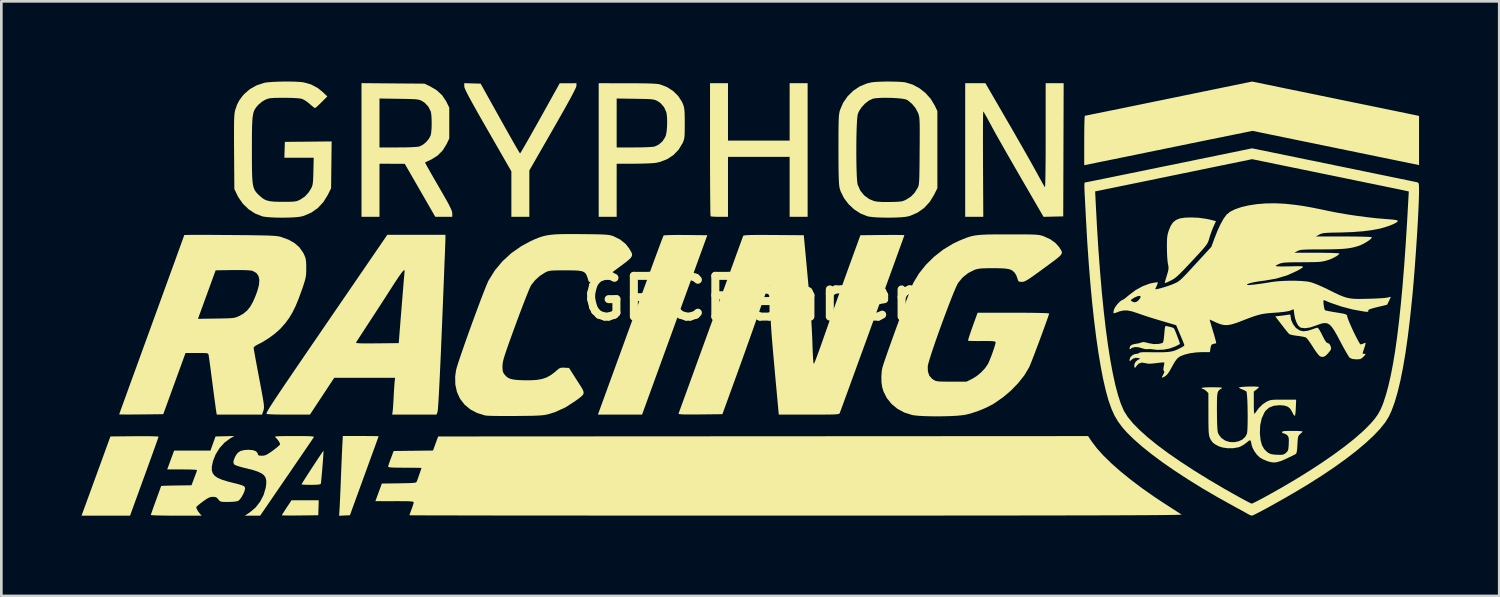
<source format=kicad_pcb>
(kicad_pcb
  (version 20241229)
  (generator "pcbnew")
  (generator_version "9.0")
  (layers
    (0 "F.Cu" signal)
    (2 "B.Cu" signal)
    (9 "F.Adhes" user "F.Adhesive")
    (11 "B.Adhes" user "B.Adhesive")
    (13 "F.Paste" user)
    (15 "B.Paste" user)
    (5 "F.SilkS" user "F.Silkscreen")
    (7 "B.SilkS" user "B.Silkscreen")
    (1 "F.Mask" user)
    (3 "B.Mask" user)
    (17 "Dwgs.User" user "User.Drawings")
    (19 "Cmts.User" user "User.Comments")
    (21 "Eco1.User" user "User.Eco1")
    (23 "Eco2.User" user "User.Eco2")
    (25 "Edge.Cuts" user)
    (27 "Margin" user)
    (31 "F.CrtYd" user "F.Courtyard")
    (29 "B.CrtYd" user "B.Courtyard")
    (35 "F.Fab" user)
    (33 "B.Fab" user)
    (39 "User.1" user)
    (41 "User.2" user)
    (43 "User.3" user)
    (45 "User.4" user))
  (footprint "GRCBanner"
    (layer "F.Cu")
    (at 25.014 8.103)
    (property "Reference" "GRCBanner" (at 0 0 0) (layer "F.SilkS") (effects (font (size 1.524 1.524) (thickness 0.3))))
    (attr board_only exclude_from_pos_files exclude_from_bom)
    (fp_poly (pts (xy -16.15 7.839) (xy -16.159 8.12) (xy -16.84 8.128) (xy -17.041 8.13) (xy -17.218 8.13) (xy -17.363 8.129) (xy -17.465 8.126) (xy -17.517 8.122) (xy -17.521 8.12) (xy -17.504 8.088) (xy -17.459 8.015) (xy -17.393 7.913) (xy -17.34 7.831) (xy -17.159 7.559) (xy -16.141 7.559)) (stroke (width 0) (type solid)) (fill yes) (layer "F.SilkS"))
    (fp_poly (pts (xy -0.833 -5.894) (xy 1.473 -5.894) (xy 1.473 -8.04) (xy 2.146 -8.04) (xy 2.146 -3.043) (xy 1.473 -3.043) (xy 1.473 -5.285) (xy -0.833 -5.285) (xy -0.833 -3.043) (xy -1.148 -3.043) (xy -1.284 -3.045) (xy -1.395 -3.05) (xy -1.466 -3.058) (xy -1.484 -3.064) (xy -1.487 -3.099) (xy -1.491 -3.193) (xy -1.494 -3.341) (xy -1.496 -3.538) (xy -1.499 -3.779) (xy -1.501 -4.06) (xy -1.503 -4.376) (xy -1.504 -4.721) (xy -1.505 -5.09) (xy -1.505 -5.48) (xy -1.505 -5.563) (xy -1.505 -8.04) (xy -0.833 -8.04)) (stroke (width 0) (type solid)) (fill yes) (layer "F.SilkS"))
    (fp_poly (pts (xy -22.59 5.163) (xy -22.41 5.165) (xy -22.269 5.169) (xy -22.174 5.173) (xy -22.134 5.179) (xy -22.133 5.18) (xy -22.144 5.214) (xy -22.174 5.302) (xy -22.222 5.439) (xy -22.286 5.618) (xy -22.364 5.834) (xy -22.453 6.08) (xy -22.551 6.352) (xy -22.656 6.642) (xy -22.667 6.67) (xy -23.2 8.136) (xy -25.014 8.136) (xy -24.935 7.919) (xy -24.907 7.842) (xy -24.859 7.713) (xy -24.796 7.538) (xy -24.718 7.327) (xy -24.631 7.086) (xy -24.535 6.824) (xy -24.434 6.548) (xy -24.394 6.438) (xy -23.934 5.173) (xy -23.033 5.164) (xy -22.801 5.163)) (stroke (width 0) (type solid)) (fill yes) (layer "F.SilkS"))
    (fp_poly (pts (xy -2.411 -2.363) (xy -1.607 -2.354) (xy -2.827 1.001) (xy -4.047 4.356) (xy -5.699 4.356) (xy -5.591 4.06) (xy -5.31 3.288) (xy -5.05 2.574) (xy -4.81 1.917) (xy -4.591 1.315) (xy -4.391 0.766) (xy -4.209 0.268) (xy -4.045 -0.18) (xy -3.899 -0.581) (xy -3.769 -0.935) (xy -3.655 -1.245) (xy -3.557 -1.512) (xy -3.473 -1.739) (xy -3.403 -1.927) (xy -3.346 -2.078) (xy -3.303 -2.193) (xy -3.271 -2.275) (xy -3.251 -2.325) (xy -3.242 -2.345) (xy -3.241 -2.345) (xy -3.203 -2.352) (xy -3.11 -2.357) (xy -2.971 -2.361) (xy -2.794 -2.364) (xy -2.589 -2.364)) (stroke (width 0) (type solid)) (fill yes) (layer "F.SilkS"))
    (fp_poly (pts (xy -15.963 5.743) (xy -15.968 5.828) (xy -15.976 5.953) (xy -15.987 6.106) (xy -16 6.274) (xy -16.014 6.446) (xy -16.029 6.61) (xy -16.042 6.753) (xy -16.053 6.864) (xy -16.062 6.931) (xy -16.064 6.943) (xy -16.092 6.962) (xy -16.166 6.974) (xy -16.292 6.981) (xy -16.431 6.983) (xy -16.572 6.981) (xy -16.687 6.977) (xy -16.762 6.971) (xy -16.784 6.964) (xy -16.767 6.932) (xy -16.722 6.857) (xy -16.653 6.748) (xy -16.567 6.614) (xy -16.47 6.463) (xy -16.367 6.305) (xy -16.264 6.149) (xy -16.168 6.004) (xy -16.084 5.878) (xy -16.018 5.782) (xy -15.976 5.723) (xy -15.964 5.71)) (stroke (width 0) (type solid)) (fill yes) (layer "F.SilkS"))
    (fp_poly (pts (xy -14.371 5.157) (xy -14.196 5.158) (xy -14.053 5.16) (xy -13.953 5.162) (xy -13.905 5.164) (xy -13.902 5.165) (xy -13.913 5.196) (xy -13.943 5.281) (xy -13.991 5.415) (xy -14.055 5.591) (xy -14.133 5.805) (xy -14.222 6.049) (xy -14.32 6.319) (xy -14.425 6.609) (xy -14.439 6.646) (xy -14.975 8.12) (xy -15.177 8.129) (xy -15.379 8.139) (xy -15.36 7.841) (xy -15.354 7.725) (xy -15.346 7.557) (xy -15.337 7.352) (xy -15.327 7.121) (xy -15.317 6.878) (xy -15.311 6.71) (xy -15.301 6.461) (xy -15.291 6.211) (xy -15.281 5.975) (xy -15.272 5.765) (xy -15.264 5.596) (xy -15.26 5.517) (xy -15.24 5.157) (xy -14.571 5.157)) (stroke (width 0) (type solid)) (fill yes) (layer "F.SilkS"))
    (fp_poly (pts (xy -10.085 -8.024) (xy -9.359 -6.719) (xy -9.211 -6.455) (xy -9.072 -6.208) (xy -8.946 -5.985) (xy -8.836 -5.791) (xy -8.744 -5.631) (xy -8.673 -5.512) (xy -8.628 -5.437) (xy -8.611 -5.414) (xy -8.592 -5.441) (xy -8.545 -5.518) (xy -8.473 -5.641) (xy -8.379 -5.803) (xy -8.267 -6) (xy -8.14 -6.225) (xy -8 -6.473) (xy -7.858 -6.726) (xy -7.127 -8.039) (xy -6.814 -8.039) (xy -6.502 -8.04) (xy -6.502 -7.943) (xy -6.514 -7.898) (xy -6.552 -7.813) (xy -6.616 -7.685) (xy -6.707 -7.512) (xy -6.827 -7.293) (xy -6.976 -7.026) (xy -7.157 -6.707) (xy -7.369 -6.336) (xy -7.383 -6.311) (xy -8.264 -4.776) (xy -8.264 -3.043) (xy -8.936 -3.043) (xy -8.936 -4.743) (xy -9.817 -6.278) (xy -10.016 -6.624) (xy -10.184 -6.919) (xy -10.323 -7.167) (xy -10.437 -7.373) (xy -10.527 -7.539) (xy -10.596 -7.671) (xy -10.645 -7.772) (xy -10.677 -7.846) (xy -10.694 -7.898) (xy -10.698 -7.927) (xy -10.698 -8.042)) (stroke (width 0) (type solid)) (fill yes) (layer "F.SilkS"))
    (fp_poly (pts (xy 15.552 1.037) (xy 15.611 1.054) (xy 15.698 1.073) (xy 15.707 1.074) (xy 15.791 1.098) (xy 15.846 1.129) (xy 15.849 1.132) (xy 15.872 1.175) (xy 15.908 1.258) (xy 15.95 1.364) (xy 15.994 1.479) (xy 16.033 1.585) (xy 16.062 1.668) (xy 16.072 1.712) (xy 16.072 1.714) (xy 16.041 1.732) (xy 15.97 1.769) (xy 15.898 1.805) (xy 15.691 1.882) (xy 15.457 1.926) (xy 15.224 1.934) (xy 15.086 1.918) (xy 14.979 1.904) (xy 14.884 1.903) (xy 14.861 1.907) (xy 14.777 1.906) (xy 14.678 1.881) (xy 14.661 1.875) (xy 14.525 1.836) (xy 14.392 1.829) (xy 14.285 1.855) (xy 14.248 1.879) (xy 14.205 1.913) (xy 14.191 1.899) (xy 14.189 1.867) (xy 14.214 1.788) (xy 14.292 1.736) (xy 14.42 1.708) (xy 14.525 1.69) (xy 14.613 1.665) (xy 14.629 1.658) (xy 14.69 1.642) (xy 14.774 1.65) (xy 14.89 1.681) (xy 15.086 1.717) (xy 15.281 1.712) (xy 15.423 1.677) (xy 15.447 1.635) (xy 15.468 1.531) (xy 15.485 1.366) (xy 15.487 1.341) (xy 15.5 1.189) (xy 15.514 1.094) (xy 15.53 1.046) (xy 15.551 1.037)) (stroke (width 0) (type solid)) (fill yes) (layer "F.SilkS"))
    (fp_poly (pts (xy 16.497 -3.019) (xy 16.776 -3.007) (xy 17.046 -2.969) (xy 17.302 -2.912) (xy 17.42 -2.881) (xy 17.327 -2.676) (xy 17.267 -2.531) (xy 17.208 -2.365) (xy 17.171 -2.244) (xy 17.151 -2.175) (xy 17.13 -2.115) (xy 17.102 -2.057) (xy 17.062 -1.995) (xy 17.005 -1.92) (xy 16.925 -1.826) (xy 16.817 -1.705) (xy 16.675 -1.551) (xy 16.526 -1.391) (xy 16.345 -1.198) (xy 16.2 -1.046) (xy 16.084 -0.929) (xy 15.991 -0.84) (xy 15.912 -0.773) (xy 15.842 -0.722) (xy 15.773 -0.681) (xy 15.723 -0.655) (xy 15.619 -0.605) (xy 15.542 -0.574) (xy 15.504 -0.566) (xy 15.503 -0.568) (xy 15.512 -0.608) (xy 15.535 -0.693) (xy 15.57 -0.807) (xy 15.583 -0.849) (xy 15.622 -0.982) (xy 15.642 -1.077) (xy 15.645 -1.156) (xy 15.633 -1.242) (xy 15.624 -1.281) (xy 15.61 -1.381) (xy 15.597 -1.527) (xy 15.589 -1.698) (xy 15.585 -1.877) (xy 15.585 -1.89) (xy 15.586 -2.079) (xy 15.591 -2.221) (xy 15.603 -2.331) (xy 15.623 -2.427) (xy 15.653 -2.526) (xy 15.655 -2.532) (xy 15.727 -2.704) (xy 15.813 -2.833) (xy 15.923 -2.923) (xy 16.066 -2.981) (xy 16.252 -3.011) (xy 16.491 -3.019)) (stroke (width 0) (type solid)) (fill yes) (layer "F.SilkS"))
    (fp_poly (pts (xy 9.6 -6.654) (xy 9.771 -6.36) (xy 9.941 -6.063) (xy 10.108 -5.772) (xy 10.265 -5.497) (xy 10.409 -5.244) (xy 10.533 -5.023) (xy 10.634 -4.842) (xy 10.699 -4.724) (xy 10.792 -4.554) (xy 10.876 -4.402) (xy 10.946 -4.277) (xy 10.996 -4.191) (xy 11.021 -4.15) (xy 11.022 -4.15) (xy 11.028 -4.175) (xy 11.033 -4.26) (xy 11.037 -4.4) (xy 11.041 -4.591) (xy 11.044 -4.828) (xy 11.047 -5.108) (xy 11.049 -5.425) (xy 11.05 -5.776) (xy 11.05 -6.079) (xy 11.05 -8.04) (xy 11.723 -8.04) (xy 11.707 -3.059) (xy 10.97 -3.042) (xy 10.492 -3.867) (xy 10.232 -4.314) (xy 10.003 -4.711) (xy 9.802 -5.06) (xy 9.626 -5.366) (xy 9.473 -5.634) (xy 9.34 -5.868) (xy 9.226 -6.07) (xy 9.128 -6.247) (xy 9.043 -6.402) (xy 8.97 -6.539) (xy 8.965 -6.548) (xy 8.884 -6.698) (xy 8.813 -6.826) (xy 8.758 -6.921) (xy 8.723 -6.975) (xy 8.715 -6.983) (xy 8.712 -6.951) (xy 8.709 -6.862) (xy 8.707 -6.719) (xy 8.706 -6.528) (xy 8.704 -6.296) (xy 8.704 -6.026) (xy 8.704 -5.726) (xy 8.705 -5.399) (xy 8.706 -5.053) (xy 8.706 -5.013) (xy 8.717 -3.043) (xy 8.04 -3.043) (xy 8.04 -8.04) (xy 8.796 -8.04)) (stroke (width 0) (type solid)) (fill yes) (layer "F.SilkS"))
    (fp_poly (pts (xy 20.206 0.632) (xy 20.212 0.693) (xy 20.237 0.826) (xy 20.302 0.968) (xy 20.392 1.092) (xy 20.432 1.129) (xy 20.557 1.209) (xy 20.691 1.239) (xy 20.848 1.22) (xy 20.958 1.187) (xy 21.068 1.148) (xy 21.158 1.118) (xy 21.204 1.103) (xy 21.239 1.119) (xy 21.289 1.185) (xy 21.356 1.305) (xy 21.396 1.386) (xy 21.469 1.528) (xy 21.524 1.62) (xy 21.568 1.668) (xy 21.604 1.682) (xy 21.662 1.708) (xy 21.707 1.792) (xy 21.707 1.793) (xy 21.726 1.859) (xy 21.723 1.91) (xy 21.691 1.966) (xy 21.624 2.049) (xy 21.528 2.148) (xy 21.446 2.195) (xy 21.365 2.194) (xy 21.308 2.172) (xy 21.263 2.131) (xy 21.196 2.048) (xy 21.115 1.934) (xy 21.043 1.821) (xy 20.96 1.693) (xy 20.883 1.583) (xy 20.821 1.505) (xy 20.786 1.472) (xy 20.725 1.453) (xy 20.62 1.431) (xy 20.492 1.412) (xy 20.463 1.409) (xy 20.336 1.391) (xy 20.232 1.369) (xy 20.168 1.348) (xy 20.161 1.343) (xy 20.125 1.305) (xy 20.06 1.227) (xy 19.975 1.12) (xy 19.879 0.996) (xy 19.877 0.994) (xy 19.638 0.681) (xy 19.82 0.662) (xy 19.943 0.647) (xy 20.057 0.631) (xy 20.107 0.622) (xy 20.178 0.612)) (stroke (width 0) (type solid)) (fill yes) (layer "F.SilkS"))
    (fp_poly (pts (xy 19.771 -7.897) (xy 19.992 -7.851) (xy 20.265 -7.795) (xy 20.582 -7.73) (xy 20.933 -7.658) (xy 21.308 -7.581) (xy 21.699 -7.501) (xy 22.094 -7.419) (xy 22.486 -7.339) (xy 22.741 -7.286) (xy 23.092 -7.215) (xy 23.427 -7.146) (xy 23.742 -7.081) (xy 24.029 -7.022) (xy 24.284 -6.969) (xy 24.501 -6.925) (xy 24.672 -6.889) (xy 24.794 -6.864) (xy 24.86 -6.851) (xy 24.863 -6.85) (xy 25.016 -6.817) (xy 25.016 -4.978) (xy 21.901 -5.618) (xy 18.786 -6.258) (xy 17.569 -6.01) (xy 17.231 -5.942) (xy 16.849 -5.864) (xy 16.443 -5.781) (xy 16.031 -5.696) (xy 15.632 -5.615) (xy 15.265 -5.539) (xy 15.102 -5.506) (xy 14.793 -5.443) (xy 14.473 -5.377) (xy 14.155 -5.312) (xy 13.852 -5.25) (xy 13.575 -5.193) (xy 13.338 -5.145) (xy 13.172 -5.112) (xy 12.492 -4.974) (xy 12.492 -5.898) (xy 12.493 -6.134) (xy 12.495 -6.348) (xy 12.498 -6.531) (xy 12.503 -6.676) (xy 12.508 -6.776) (xy 12.514 -6.821) (xy 12.516 -6.822) (xy 12.55 -6.829) (xy 12.642 -6.847) (xy 12.789 -6.877) (xy 12.986 -6.917) (xy 13.229 -6.966) (xy 13.513 -7.024) (xy 13.834 -7.089) (xy 14.188 -7.162) (xy 14.57 -7.24) (xy 14.978 -7.324) (xy 15.405 -7.411) (xy 15.656 -7.463) (xy 18.771 -8.103)) (stroke (width 0) (type solid)) (fill yes) (layer "F.SilkS"))
    (fp_poly (pts (xy -16.814 5.158) (xy -16.624 5.16) (xy -16.485 5.164) (xy -16.393 5.17) (xy -16.34 5.179) (xy -16.322 5.191) (xy -16.323 5.197) (xy -16.345 5.23) (xy -16.4 5.311) (xy -16.485 5.435) (xy -16.595 5.598) (xy -16.728 5.793) (xy -16.881 6.016) (xy -17.049 6.262) (xy -17.23 6.527) (xy -17.34 6.686) (xy -18.333 8.136) (xy -18.905 8.136) (xy -18.711 8.006) (xy -18.504 7.831) (xy -18.333 7.611) (xy -18.203 7.36) (xy -18.124 7.089) (xy -18.106 6.961) (xy -18.104 6.829) (xy -18.128 6.721) (xy -18.183 6.631) (xy -18.277 6.556) (xy -18.416 6.49) (xy -18.605 6.428) (xy -18.851 6.365) (xy -18.874 6.36) (xy -19.025 6.322) (xy -19.157 6.283) (xy -19.253 6.248) (xy -19.301 6.223) (xy -19.333 6.16) (xy -19.324 6.069) (xy -19.273 5.942) (xy -19.239 5.878) (xy -19.163 5.777) (xy -19.059 5.713) (xy -18.914 5.68) (xy -18.77 5.672) (xy -18.605 5.685) (xy -18.491 5.726) (xy -18.431 5.794) (xy -18.423 5.822) (xy -18.408 5.867) (xy -18.367 5.888) (xy -18.283 5.894) (xy -18.268 5.894) (xy -18.195 5.889) (xy -18.127 5.871) (xy -18.049 5.831) (xy -17.946 5.764) (xy -17.854 5.698) (xy -17.742 5.613) (xy -17.653 5.539) (xy -17.598 5.486) (xy -17.585 5.465) (xy -17.605 5.405) (xy -17.656 5.324) (xy -17.719 5.246) (xy -17.763 5.205) (xy -17.777 5.191) (xy -17.769 5.179) (xy -17.733 5.171) (xy -17.663 5.165) (xy -17.551 5.161) (xy -17.391 5.159) (xy -17.177 5.158) (xy -17.062 5.158)) (stroke (width 0) (type solid)) (fill yes) (layer "F.SilkS"))
    (fp_poly (pts (xy -4.604 -8.039) (xy -4.282 -8.038) (xy -4.019 -8.036) (xy -3.807 -8.032) (xy -3.642 -8.025) (xy -3.517 -8.017) (xy -3.426 -8.006) (xy -3.374 -7.995) (xy -3.115 -7.896) (xy -2.886 -7.749) (xy -2.695 -7.561) (xy -2.553 -7.341) (xy -2.522 -7.271) (xy -2.495 -7.2) (xy -2.477 -7.131) (xy -2.464 -7.05) (xy -2.456 -6.946) (xy -2.452 -6.806) (xy -2.45 -6.619) (xy -2.45 -6.534) (xy -2.451 -6.331) (xy -2.453 -6.179) (xy -2.458 -6.068) (xy -2.468 -5.985) (xy -2.484 -5.918) (xy -2.507 -5.856) (xy -2.536 -5.79) (xy -2.682 -5.552) (xy -2.875 -5.353) (xy -3.108 -5.199) (xy -3.374 -5.096) (xy -3.524 -5.063) (xy -3.622 -5.052) (xy -3.771 -5.043) (xy -3.954 -5.036) (xy -4.159 -5.031) (xy -4.364 -5.029) (xy -4.997 -5.029) (xy -4.997 -3.043) (xy -5.669 -3.043) (xy -5.669 -7.468) (xy -4.997 -7.468) (xy -4.997 -5.637) (xy -4.348 -5.638) (xy -4.141 -5.639) (xy -3.948 -5.644) (xy -3.783 -5.651) (xy -3.657 -5.66) (xy -3.581 -5.671) (xy -3.577 -5.672) (xy -3.421 -5.746) (xy -3.284 -5.867) (xy -3.184 -6.019) (xy -3.155 -6.095) (xy -3.13 -6.222) (xy -3.114 -6.388) (xy -3.108 -6.57) (xy -3.112 -6.746) (xy -3.127 -6.893) (xy -3.139 -6.954) (xy -3.223 -7.143) (xy -3.357 -7.296) (xy -3.461 -7.367) (xy -3.51 -7.393) (xy -3.558 -7.413) (xy -3.614 -7.428) (xy -3.689 -7.438) (xy -3.791 -7.446) (xy -3.93 -7.451) (xy -4.116 -7.455) (xy -4.3 -7.458) (xy -4.997 -7.468) (xy -5.669 -7.468) (xy -5.669 -8.04)) (stroke (width 0) (type solid)) (fill yes) (layer "F.SilkS"))
    (fp_poly (pts (xy -13.365 -8.033) (xy -12.188 -8.024) (xy -11.974 -7.922) (xy -11.725 -7.775) (xy -11.527 -7.591) (xy -11.377 -7.367) (xy -11.363 -7.34) (xy -11.259 -7.128) (xy -11.259 -5.974) (xy -11.358 -5.765) (xy -11.505 -5.526) (xy -11.698 -5.332) (xy -11.933 -5.186) (xy -11.947 -5.179) (xy -12.051 -5.131) (xy -12.128 -5.094) (xy -12.165 -5.076) (xy -12.165 -5.075) (xy -12.152 -5.047) (xy -12.111 -4.97) (xy -12.044 -4.851) (xy -11.957 -4.696) (xy -11.852 -4.512) (xy -11.733 -4.307) (xy -11.661 -4.182) (xy -11.514 -3.928) (xy -11.397 -3.722) (xy -11.306 -3.559) (xy -11.24 -3.432) (xy -11.194 -3.336) (xy -11.165 -3.263) (xy -11.15 -3.208) (xy -11.147 -3.17) (xy -11.147 -3.043) (xy -11.782 -3.043) (xy -12.924 -5.026) (xy -13.397 -5.027) (xy -13.869 -5.029) (xy -13.869 -3.043) (xy -14.542 -3.043) (xy -14.542 -7.468) (xy -13.869 -7.468) (xy -13.869 -5.637) (xy -13.188 -5.638) (xy -12.955 -5.639) (xy -12.747 -5.644) (xy -12.575 -5.652) (xy -12.448 -5.662) (xy -12.38 -5.673) (xy -12.251 -5.735) (xy -12.123 -5.839) (xy -12.018 -5.966) (xy -11.953 -6.095) (xy -11.951 -6.102) (xy -11.933 -6.207) (xy -11.921 -6.352) (xy -11.917 -6.518) (xy -11.919 -6.687) (xy -11.928 -6.838) (xy -11.943 -6.953) (xy -11.952 -6.986) (xy -12.043 -7.166) (xy -12.181 -7.312) (xy -12.277 -7.375) (xy -12.325 -7.398) (xy -12.374 -7.416) (xy -12.435 -7.429) (xy -12.516 -7.439) (xy -12.628 -7.446) (xy -12.779 -7.451) (xy -12.979 -7.455) (xy -13.14 -7.457) (xy -13.869 -7.468) (xy -14.542 -7.468) (xy -14.542 -8.043)) (stroke (width 0) (type solid)) (fill yes) (layer "F.SilkS"))
    (fp_poly (pts (xy -19.461 5.25) (xy -19.669 5.405) (xy -19.851 5.607) (xy -19.997 5.842) (xy -20.098 6.095) (xy -20.14 6.303) (xy -20.141 6.438) (xy -20.107 6.55) (xy -20.033 6.645) (xy -19.914 6.726) (xy -19.743 6.798) (xy -19.515 6.866) (xy -19.426 6.889) (xy -19.233 6.936) (xy -19.093 6.974) (xy -18.998 7.005) (xy -18.94 7.034) (xy -18.91 7.064) (xy -18.899 7.099) (xy -18.898 7.122) (xy -18.916 7.21) (xy -18.962 7.32) (xy -19.025 7.433) (xy -19.092 7.527) (xy -19.153 7.582) (xy -19.154 7.583) (xy -19.225 7.602) (xy -19.342 7.615) (xy -19.486 7.622) (xy -19.529 7.623) (xy -19.669 7.622) (xy -19.759 7.617) (xy -19.816 7.604) (xy -19.854 7.578) (xy -19.889 7.537) (xy -19.896 7.527) (xy -19.956 7.462) (xy -20.026 7.435) (xy -20.101 7.431) (xy -20.176 7.437) (xy -20.249 7.461) (xy -20.336 7.51) (xy -20.454 7.591) (xy -20.479 7.609) (xy -20.585 7.69) (xy -20.668 7.759) (xy -20.716 7.806) (xy -20.724 7.82) (xy -20.703 7.889) (xy -20.652 7.979) (xy -20.586 8.064) (xy -20.52 8.136) (xy -21.471 8.136) (xy -21.71 8.135) (xy -21.927 8.132) (xy -22.115 8.129) (xy -22.264 8.124) (xy -22.368 8.118) (xy -22.418 8.112) (xy -22.421 8.109) (xy -22.411 8.072) (xy -22.381 7.985) (xy -22.337 7.858) (xy -22.281 7.702) (xy -22.229 7.559) (xy -22.167 7.388) (xy -22.113 7.24) (xy -22.071 7.123) (xy -22.044 7.049) (xy -22.037 7.026) (xy -22.006 7.022) (xy -21.922 7.018) (xy -21.794 7.014) (xy -21.633 7.01) (xy -21.469 7.007) (xy -20.901 6.999) (xy -20.798 6.726) (xy -20.752 6.604) (xy -20.716 6.504) (xy -20.696 6.442) (xy -20.693 6.43) (xy -20.723 6.422) (xy -20.807 6.416) (xy -20.934 6.41) (xy -21.094 6.407) (xy -21.251 6.406) (xy -21.81 6.406) (xy -21.73 6.19) (xy -21.682 6.057) (xy -21.634 5.927) (xy -21.601 5.838) (xy -21.551 5.701) (xy -20.192 5.701) (xy -20.097 5.437) (xy -20.002 5.173) (xy -19.65 5.165) (xy -19.298 5.156)) (stroke (width 0) (type solid)) (fill yes) (layer "F.SilkS"))
    (fp_poly (pts (xy -11.403 -2.218) (xy -11.404 -2.165) (xy -11.408 -2.052) (xy -11.414 -1.885) (xy -11.422 -1.667) (xy -11.433 -1.404) (xy -11.445 -1.101) (xy -11.458 -0.761) (xy -11.473 -0.389) (xy -11.489 0.009) (xy -11.506 0.43) (xy -11.524 0.868) (xy -11.531 1.039) (xy -11.556 1.623) (xy -11.578 2.151) (xy -11.6 2.622) (xy -11.619 3.036) (xy -11.637 3.39) (xy -11.653 3.685) (xy -11.667 3.92) (xy -11.679 4.093) (xy -11.69 4.204) (xy -11.697 4.25) (xy -11.736 4.356) (xy -13.394 4.356) (xy -13.377 4.236) (xy -13.368 4.156) (xy -13.359 4.03) (xy -13.349 3.876) (xy -13.341 3.732) (xy -13.332 3.559) (xy -13.322 3.39) (xy -13.312 3.246) (xy -13.305 3.163) (xy -13.286 2.979) (xy -15.562 2.979) (xy -16.471 4.356) (xy -17.284 4.356) (xy -17.529 4.355) (xy -17.738 4.352) (xy -17.904 4.347) (xy -18.023 4.34) (xy -18.087 4.331) (xy -18.097 4.326) (xy -18.094 4.308) (xy -18.085 4.281) (xy -18.067 4.243) (xy -18.039 4.192) (xy -17.999 4.124) (xy -17.945 4.037) (xy -17.875 3.929) (xy -17.788 3.795) (xy -17.681 3.635) (xy -17.553 3.444) (xy -17.402 3.22) (xy -17.226 2.961) (xy -17.024 2.664) (xy -16.793 2.326) (xy -16.532 1.943) (xy -16.336 1.658) (xy -14.747 1.658) (xy -14.743 1.671) (xy -14.709 1.68) (xy -14.64 1.687) (xy -14.53 1.691) (xy -14.372 1.693) (xy -14.162 1.692) (xy -13.959 1.69) (xy -13.148 1.682) (xy -13.125 1.377) (xy -13.111 1.2) (xy -13.094 0.991) (xy -13.076 0.759) (xy -13.056 0.512) (xy -13.035 0.258) (xy -13.015 0.007) (xy -12.995 -0.234) (xy -12.977 -0.456) (xy -12.961 -0.651) (xy -12.947 -0.81) (xy -12.938 -0.925) (xy -12.932 -0.988) (xy -12.931 -0.996) (xy -12.931 -1.042) (xy -12.952 -1.047) (xy -12.993 -1.01) (xy -13.059 -0.928) (xy -13.151 -0.798) (xy -13.272 -0.617) (xy -13.385 -0.442) (xy -13.521 -0.23) (xy -13.681 0.018) (xy -13.853 0.284) (xy -14.026 0.551) (xy -14.189 0.8) (xy -14.252 0.897) (xy -14.378 1.09) (xy -14.493 1.266) (xy -14.592 1.419) (xy -14.671 1.54) (xy -14.724 1.622) (xy -14.747 1.658) (xy -16.336 1.658) (xy -16.238 1.515) (xy -15.911 1.037) (xy -15.807 0.885) (xy -13.576 -2.37) (xy -11.403 -2.37)) (stroke (width 0) (type solid)) (fill yes) (layer "F.SilkS"))
    (fp_poly (pts (xy 12.776 5.366) (xy 12.966 5.617) (xy 13.211 5.889) (xy 13.506 6.177) (xy 13.847 6.478) (xy 14.231 6.789) (xy 14.651 7.106) (xy 15.104 7.425) (xy 15.517 7.698) (xy 15.688 7.808) (xy 15.844 7.908) (xy 15.975 7.993) (xy 16.072 8.055) (xy 16.127 8.09) (xy 16.132 8.094) (xy 16.124 8.097) (xy 16.087 8.1) (xy 16.022 8.103) (xy 15.925 8.105) (xy 15.797 8.108) (xy 15.635 8.11) (xy 15.439 8.113) (xy 15.206 8.115) (xy 14.936 8.117) (xy 14.627 8.119) (xy 14.278 8.12) (xy 13.887 8.122) (xy 13.453 8.123) (xy 12.974 8.125) (xy 12.45 8.126) (xy 11.879 8.127) (xy 11.259 8.128) (xy 10.589 8.129) (xy 9.868 8.13) (xy 9.095 8.131) (xy 8.267 8.131) (xy 7.384 8.132) (xy 6.444 8.133) (xy 5.446 8.133) (xy 4.389 8.133) (xy 3.27 8.134) (xy 2.089 8.134) (xy 1.722 8.134) (xy 0.762 8.134) (xy -0.181 8.134) (xy -1.106 8.134) (xy -2.01 8.134) (xy -2.892 8.134) (xy -3.75 8.133) (xy -4.582 8.133) (xy -5.385 8.133) (xy -6.158 8.132) (xy -6.898 8.132) (xy -7.604 8.131) (xy -8.274 8.131) (xy -8.905 8.13) (xy -9.495 8.13) (xy -10.044 8.129) (xy -10.547 8.128) (xy -11.004 8.127) (xy -11.413 8.127) (xy -11.771 8.126) (xy -12.077 8.125) (xy -12.328 8.124) (xy -12.522 8.123) (xy -12.658 8.122) (xy -12.733 8.121) (xy -12.748 8.12) (xy -12.738 8.085) (xy -12.71 8.006) (xy -12.671 7.901) (xy -12.668 7.892) (xy -12.628 7.78) (xy -12.599 7.689) (xy -12.588 7.637) (xy -12.588 7.636) (xy -12.599 7.621) (xy -12.637 7.609) (xy -12.709 7.601) (xy -12.822 7.596) (xy -12.985 7.594) (xy -13.204 7.593) (xy -13.22 7.593) (xy -13.421 7.594) (xy -13.604 7.594) (xy -13.758 7.594) (xy -13.872 7.593) (xy -13.935 7.593) (xy -13.937 7.593) (xy -14.022 7.591) (xy -13.901 7.263) (xy -13.781 6.935) (xy -13.139 6.926) (xy -12.919 6.922) (xy -12.755 6.918) (xy -12.638 6.913) (xy -12.56 6.905) (xy -12.512 6.894) (xy -12.486 6.878) (xy -12.476 6.862) (xy -12.454 6.804) (xy -12.421 6.713) (xy -12.384 6.605) (xy -12.347 6.499) (xy -12.317 6.411) (xy -12.301 6.359) (xy -12.3 6.352) (xy -12.33 6.349) (xy -12.415 6.346) (xy -12.544 6.344) (xy -12.709 6.343) (xy -12.898 6.342) (xy -12.924 6.342) (xy -13.15 6.341) (xy -13.318 6.338) (xy -13.435 6.332) (xy -13.508 6.323) (xy -13.542 6.311) (xy -13.546 6.302) (xy -13.535 6.256) (xy -13.505 6.165) (xy -13.463 6.048) (xy -13.441 5.99) (xy -13.339 5.717) (xy -11.867 5.7) (xy -11.771 5.437) (xy -11.674 5.173) (xy 12.636 5.159)) (stroke (width 0) (type solid)) (fill yes) (layer "F.SilkS"))
    (fp_poly (pts (xy -17.221 -8.102) (xy -17.012 -8.097) (xy -16.834 -8.087) (xy -16.71 -8.073) (xy -16.431 -7.995) (xy -16.175 -7.859) (xy -15.998 -7.715) (xy -15.82 -7.547) (xy -16.037 -7.329) (xy -16.133 -7.235) (xy -16.214 -7.161) (xy -16.268 -7.118) (xy -16.282 -7.111) (xy -16.318 -7.131) (xy -16.386 -7.184) (xy -16.473 -7.259) (xy -16.479 -7.264) (xy -16.584 -7.349) (xy -16.693 -7.42) (xy -16.775 -7.457) (xy -16.862 -7.472) (xy -17.003 -7.484) (xy -17.188 -7.492) (xy -17.407 -7.495) (xy -17.444 -7.495) (xy -17.646 -7.494) (xy -17.796 -7.491) (xy -17.905 -7.485) (xy -17.987 -7.474) (xy -18.053 -7.457) (xy -18.115 -7.433) (xy -18.147 -7.419) (xy -18.267 -7.347) (xy -18.384 -7.25) (xy -18.428 -7.205) (xy -18.479 -7.142) (xy -18.521 -7.082) (xy -18.556 -7.017) (xy -18.583 -6.94) (xy -18.603 -6.846) (xy -18.619 -6.727) (xy -18.629 -6.576) (xy -18.636 -6.388) (xy -18.64 -6.156) (xy -18.641 -5.872) (xy -18.642 -5.537) (xy -18.641 -5.195) (xy -18.64 -4.911) (xy -18.635 -4.678) (xy -18.628 -4.49) (xy -18.615 -4.339) (xy -18.597 -4.219) (xy -18.572 -4.124) (xy -18.539 -4.047) (xy -18.497 -3.981) (xy -18.445 -3.92) (xy -18.382 -3.857) (xy -18.359 -3.836) (xy -18.264 -3.754) (xy -18.174 -3.693) (xy -18.076 -3.652) (xy -17.958 -3.625) (xy -17.807 -3.61) (xy -17.611 -3.604) (xy -17.473 -3.604) (xy -17.285 -3.605) (xy -17.149 -3.608) (xy -17.051 -3.615) (xy -16.978 -3.627) (xy -16.916 -3.648) (xy -16.853 -3.678) (xy -16.828 -3.69) (xy -16.657 -3.805) (xy -16.518 -3.957) (xy -16.422 -4.112) (xy -16.395 -4.17) (xy -16.375 -4.233) (xy -16.362 -4.313) (xy -16.352 -4.422) (xy -16.346 -4.573) (xy -16.341 -4.748) (xy -16.33 -5.253) (xy -17.427 -5.253) (xy -17.418 -5.549) (xy -17.408 -5.846) (xy -16.534 -5.854) (xy -15.659 -5.863) (xy -15.669 -4.987) (xy -15.679 -4.112) (xy -15.802 -3.864) (xy -15.968 -3.595) (xy -16.175 -3.372) (xy -16.421 -3.199) (xy -16.699 -3.08) (xy -16.769 -3.06) (xy -16.89 -3.039) (xy -17.059 -3.024) (xy -17.26 -3.014) (xy -17.479 -3.011) (xy -17.7 -3.013) (xy -17.908 -3.021) (xy -18.087 -3.035) (xy -18.223 -3.054) (xy -18.254 -3.062) (xy -18.52 -3.165) (xy -18.764 -3.324) (xy -18.976 -3.529) (xy -19.147 -3.773) (xy -19.195 -3.866) (xy -19.298 -4.084) (xy -19.308 -5.473) (xy -19.31 -5.815) (xy -19.311 -6.1) (xy -19.31 -6.334) (xy -19.309 -6.522) (xy -19.306 -6.671) (xy -19.301 -6.788) (xy -19.294 -6.879) (xy -19.285 -6.949) (xy -19.274 -7.006) (xy -19.265 -7.041) (xy -19.197 -7.238) (xy -19.113 -7.4) (xy -18.998 -7.556) (xy -18.933 -7.63) (xy -18.721 -7.816) (xy -18.469 -7.959) (xy -18.19 -8.052) (xy -18.17 -8.057) (xy -18.045 -8.075) (xy -17.872 -8.088) (xy -17.667 -8.098) (xy -17.445 -8.103)) (stroke (width 0) (type solid)) (fill yes) (layer "F.SilkS"))
    (fp_poly (pts (xy 5.447 -8.098) (xy 5.626 -8.09) (xy 5.764 -8.078) (xy 5.801 -8.072) (xy 6.069 -7.991) (xy 6.325 -7.855) (xy 6.556 -7.673) (xy 6.752 -7.453) (xy 6.9 -7.207) (xy 6.999 -6.999) (xy 6.999 -4.113) (xy 6.878 -3.87) (xy 6.712 -3.598) (xy 6.504 -3.375) (xy 6.26 -3.201) (xy 5.982 -3.081) (xy 5.908 -3.06) (xy 5.788 -3.039) (xy 5.62 -3.024) (xy 5.418 -3.015) (xy 5.198 -3.011) (xy 4.975 -3.013) (xy 4.763 -3.02) (xy 4.579 -3.033) (xy 4.436 -3.052) (xy 4.389 -3.062) (xy 4.131 -3.163) (xy 3.891 -3.317) (xy 3.679 -3.514) (xy 3.505 -3.744) (xy 3.38 -3.997) (xy 3.344 -4.111) (xy 3.332 -4.171) (xy 3.322 -4.257) (xy 3.315 -4.376) (xy 3.309 -4.531) (xy 3.304 -4.73) (xy 3.301 -4.977) (xy 3.3 -5.278) (xy 3.3 -5.491) (xy 3.967 -5.491) (xy 3.968 -5.226) (xy 3.972 -4.974) (xy 3.978 -4.743) (xy 3.986 -4.544) (xy 3.997 -4.385) (xy 4.011 -4.276) (xy 4.018 -4.246) (xy 4.115 -4.026) (xy 4.261 -3.844) (xy 4.449 -3.707) (xy 4.638 -3.63) (xy 4.761 -3.609) (xy 4.941 -3.597) (xy 5.181 -3.596) (xy 5.237 -3.597) (xy 5.418 -3.602) (xy 5.548 -3.608) (xy 5.643 -3.618) (xy 5.715 -3.635) (xy 5.78 -3.66) (xy 5.851 -3.697) (xy 5.856 -3.7) (xy 6.018 -3.807) (xy 6.145 -3.938) (xy 6.255 -4.112) (xy 6.273 -4.147) (xy 6.288 -4.184) (xy 6.3 -4.229) (xy 6.309 -4.288) (xy 6.316 -4.369) (xy 6.322 -4.477) (xy 6.326 -4.62) (xy 6.329 -4.804) (xy 6.332 -5.035) (xy 6.334 -5.32) (xy 6.335 -5.496) (xy 6.338 -5.814) (xy 6.339 -6.074) (xy 6.339 -6.283) (xy 6.338 -6.449) (xy 6.335 -6.578) (xy 6.33 -6.677) (xy 6.323 -6.753) (xy 6.313 -6.813) (xy 6.3 -6.862) (xy 6.285 -6.909) (xy 6.278 -6.927) (xy 6.186 -7.103) (xy 6.054 -7.266) (xy 5.9 -7.394) (xy 5.855 -7.421) (xy 5.776 -7.446) (xy 5.648 -7.466) (xy 5.484 -7.481) (xy 5.299 -7.491) (xy 5.106 -7.495) (xy 4.921 -7.494) (xy 4.757 -7.485) (xy 4.628 -7.47) (xy 4.584 -7.46) (xy 4.44 -7.393) (xy 4.295 -7.282) (xy 4.164 -7.141) (xy 4.064 -6.988) (xy 4.023 -6.886) (xy 4.008 -6.802) (xy 3.995 -6.664) (xy 3.985 -6.481) (xy 3.977 -6.263) (xy 3.971 -6.018) (xy 3.968 -5.758) (xy 3.967 -5.491) (xy 3.3 -5.491) (xy 3.299 -5.562) (xy 3.3 -5.888) (xy 3.3 -6.156) (xy 3.302 -6.373) (xy 3.305 -6.547) (xy 3.309 -6.683) (xy 3.315 -6.79) (xy 3.323 -6.873) (xy 3.333 -6.94) (xy 3.346 -6.996) (xy 3.36 -7.044) (xy 3.476 -7.312) (xy 3.643 -7.553) (xy 3.853 -7.759) (xy 4.096 -7.921) (xy 4.365 -8.033) (xy 4.536 -8.072) (xy 4.664 -8.087) (xy 4.836 -8.096) (xy 5.035 -8.102) (xy 5.245 -8.102)) (stroke (width 0) (type solid)) (fill yes) (layer "F.SilkS"))
    (fp_poly (pts (xy -6.334 -2.396) (xy -6.047 -2.393) (xy -5.816 -2.39) (xy -5.634 -2.386) (xy -5.493 -2.38) (xy -5.384 -2.374) (xy -5.301 -2.365) (xy -5.235 -2.353) (xy -5.178 -2.338) (xy -5.124 -2.319) (xy -5.115 -2.316) (xy -4.865 -2.192) (xy -4.663 -2.03) (xy -4.53 -1.858) (xy -4.476 -1.77) (xy -4.438 -1.699) (xy -4.42 -1.638) (xy -4.426 -1.58) (xy -4.461 -1.519) (xy -4.53 -1.448) (xy -4.635 -1.36) (xy -4.782 -1.249) (xy -4.975 -1.107) (xy -5.028 -1.067) (xy -5.652 -0.609) (xy -5.845 -0.609) (xy -6.038 -0.609) (xy -6.086 -0.759) (xy -6.118 -0.849) (xy -6.156 -0.918) (xy -6.207 -0.968) (xy -6.28 -1.003) (xy -6.385 -1.024) (xy -6.529 -1.036) (xy -6.721 -1.04) (xy -6.913 -1.041) (xy -7.125 -1.041) (xy -7.285 -1.038) (xy -7.402 -1.033) (xy -7.487 -1.025) (xy -7.553 -1.011) (xy -7.608 -0.992) (xy -7.66 -0.967) (xy -7.859 -0.842) (xy -8.045 -0.676) (xy -8.193 -0.49) (xy -8.195 -0.488) (xy -8.226 -0.426) (xy -8.277 -0.311) (xy -8.343 -0.149) (xy -8.423 0.052) (xy -8.513 0.285) (xy -8.611 0.543) (xy -8.714 0.818) (xy -8.779 0.994) (xy -8.897 1.317) (xy -8.994 1.586) (xy -9.073 1.808) (xy -9.135 1.988) (xy -9.183 2.132) (xy -9.218 2.247) (xy -9.242 2.338) (xy -9.257 2.412) (xy -9.265 2.474) (xy -9.268 2.531) (xy -9.269 2.536) (xy -9.266 2.666) (xy -9.251 2.755) (xy -9.217 2.824) (xy -9.205 2.84) (xy -9.135 2.922) (xy -9.057 2.981) (xy -8.96 3.022) (xy -8.831 3.048) (xy -8.658 3.064) (xy -8.507 3.07) (xy -8.221 3.072) (xy -7.986 3.058) (xy -7.789 3.023) (xy -7.618 2.965) (xy -7.461 2.879) (xy -7.306 2.762) (xy -7.244 2.707) (xy -7.162 2.639) (xy -7.094 2.606) (xy -7.012 2.598) (xy -6.947 2.601) (xy -6.779 2.61) (xy -6.483 3.075) (xy -6.371 3.248) (xy -6.291 3.376) (xy -6.244 3.471) (xy -6.231 3.544) (xy -6.252 3.605) (xy -6.308 3.667) (xy -6.401 3.741) (xy -6.531 3.837) (xy -6.543 3.846) (xy -6.902 4.079) (xy -7.282 4.254) (xy -7.515 4.33) (xy -7.591 4.349) (xy -7.667 4.365) (xy -7.75 4.377) (xy -7.85 4.386) (xy -7.974 4.393) (xy -8.131 4.399) (xy -8.33 4.402) (xy -8.579 4.405) (xy -8.776 4.407) (xy -9.031 4.409) (xy -9.27 4.408) (xy -9.484 4.406) (xy -9.666 4.403) (xy -9.805 4.398) (xy -9.893 4.392) (xy -9.913 4.389) (xy -10.216 4.296) (xy -10.476 4.158) (xy -10.691 3.978) (xy -10.857 3.76) (xy -10.971 3.51) (xy -11.033 3.23) (xy -11.038 2.925) (xy -11.005 2.695) (xy -10.982 2.606) (xy -10.938 2.464) (xy -10.878 2.279) (xy -10.802 2.056) (xy -10.715 1.805) (xy -10.619 1.532) (xy -10.517 1.245) (xy -10.411 0.953) (xy -10.304 0.661) (xy -10.2 0.38) (xy -10.101 0.115) (xy -10.009 -0.125) (xy -9.928 -0.333) (xy -9.86 -0.5) (xy -9.808 -0.62) (xy -9.786 -0.666) (xy -9.553 -1.04) (xy -9.267 -1.382) (xy -8.934 -1.687) (xy -8.559 -1.949) (xy -8.22 -2.131) (xy -8.065 -2.202) (xy -7.925 -2.259) (xy -7.791 -2.305) (xy -7.654 -2.34) (xy -7.506 -2.365) (xy -7.337 -2.383) (xy -7.138 -2.393) (xy -6.901 -2.398) (xy -6.616 -2.398)) (stroke (width 0) (type solid)) (fill yes) (layer "F.SilkS"))
    (fp_poly (pts (xy 0.643 -2.364) (xy 0.876 -2.363) (xy 2.002 -2.354) (xy 2.104 -1.265) (xy 2.147 -0.796) (xy 2.185 -0.382) (xy 2.216 -0.018) (xy 2.243 0.304) (xy 2.265 0.591) (xy 2.284 0.851) (xy 2.298 1.091) (xy 2.31 1.318) (xy 2.32 1.54) (xy 2.327 1.763) (xy 2.327 1.771) (xy 2.336 1.994) (xy 2.345 2.18) (xy 2.355 2.325) (xy 2.366 2.419) (xy 2.377 2.458) (xy 2.379 2.458) (xy 2.396 2.427) (xy 2.431 2.341) (xy 2.482 2.21) (xy 2.545 2.039) (xy 2.619 1.836) (xy 2.699 1.609) (xy 2.758 1.44) (xy 2.848 1.183) (xy 2.955 0.879) (xy 3.074 0.541) (xy 3.202 0.182) (xy 3.333 -0.183) (xy 3.462 -0.542) (xy 3.585 -0.882) (xy 3.613 -0.961) (xy 4.12 -2.354) (xy 4.943 -2.363) (xy 5.165 -2.364) (xy 5.364 -2.365) (xy 5.532 -2.364) (xy 5.661 -2.362) (xy 5.741 -2.359) (xy 5.765 -2.355) (xy 5.755 -2.324) (xy 5.724 -2.238) (xy 5.674 -2.1) (xy 5.608 -1.917) (xy 5.527 -1.692) (xy 5.432 -1.431) (xy 5.326 -1.137) (xy 5.209 -0.816) (xy 5.084 -0.472) (xy 4.953 -0.111) (xy 4.817 0.264) (xy 4.677 0.648) (xy 4.536 1.036) (xy 4.396 1.423) (xy 4.257 1.804) (xy 4.122 2.175) (xy 3.992 2.532) (xy 3.869 2.869) (xy 3.755 3.182) (xy 3.652 3.466) (xy 3.56 3.717) (xy 3.483 3.929) (xy 3.421 4.098) (xy 3.376 4.22) (xy 3.35 4.289) (xy 3.346 4.3) (xy 3.336 4.315) (xy 3.316 4.327) (xy 3.279 4.336) (xy 3.219 4.344) (xy 3.129 4.349) (xy 3.003 4.352) (xy 2.835 4.354) (xy 2.619 4.356) (xy 2.348 4.356) (xy 2.196 4.356) (xy 1.067 4.356) (xy 1.031 3.964) (xy 0.987 3.488) (xy 0.948 3.071) (xy 0.915 2.707) (xy 0.887 2.391) (xy 0.862 2.118) (xy 0.842 1.882) (xy 0.825 1.679) (xy 0.81 1.502) (xy 0.798 1.347) (xy 0.788 1.208) (xy 0.78 1.08) (xy 0.772 0.958) (xy 0.77 0.917) (xy 0.758 0.692) (xy 0.748 0.451) (xy 0.741 0.218) (xy 0.737 0.014) (xy 0.737 -0.07) (xy 0.735 -0.256) (xy 0.728 -0.383) (xy 0.718 -0.454) (xy 0.702 -0.474) (xy 0.701 -0.474) (xy 0.681 -0.441) (xy 0.645 -0.356) (xy 0.594 -0.225) (xy 0.531 -0.057) (xy 0.46 0.141) (xy 0.383 0.362) (xy 0.364 0.418) (xy 0.289 0.634) (xy 0.196 0.9) (xy 0.089 1.203) (xy -0.028 1.534) (xy -0.152 1.881) (xy -0.278 2.234) (xy -0.403 2.58) (xy -0.489 2.819) (xy -1.042 4.34) (xy -1.87 4.349) (xy -2.13 4.351) (xy -2.332 4.351) (xy -2.482 4.349) (xy -2.586 4.344) (xy -2.649 4.337) (xy -2.679 4.327) (xy -2.683 4.317) (xy -2.67 4.282) (xy -2.636 4.19) (xy -2.584 4.047) (xy -2.514 3.855) (xy -2.428 3.618) (xy -2.327 3.341) (xy -2.213 3.027) (xy -2.087 2.681) (xy -1.951 2.305) (xy -1.805 1.905) (xy -1.652 1.484) (xy -1.493 1.045) (xy -1.473 0.993) (xy -1.313 0.553) (xy -1.159 0.129) (xy -1.013 -0.274) (xy -0.875 -0.652) (xy -0.748 -1.002) (xy -0.632 -1.32) (xy -0.53 -1.602) (xy -0.442 -1.843) (xy -0.37 -2.041) (xy -0.316 -2.19) (xy -0.28 -2.288) (xy -0.265 -2.33) (xy -0.264 -2.331) (xy -0.247 -2.342) (xy -0.201 -2.35) (xy -0.121 -2.357) (xy -0.002 -2.361) (xy 0.162 -2.364) (xy 0.375 -2.365)) (stroke (width 0) (type solid)) (fill yes) (layer "F.SilkS"))
    (fp_poly (pts (xy -20.231 -2.367) (xy -19.939 -2.365) (xy -19.624 -2.363) (xy -19.466 -2.362) (xy -19.084 -2.359) (xy -18.76 -2.356) (xy -18.489 -2.352) (xy -18.265 -2.348) (xy -18.083 -2.344) (xy -17.937 -2.338) (xy -17.822 -2.332) (xy -17.732 -2.324) (xy -17.661 -2.315) (xy -17.605 -2.304) (xy -17.569 -2.295) (xy -17.281 -2.192) (xy -17.047 -2.061) (xy -16.863 -1.899) (xy -16.724 -1.701) (xy -16.693 -1.638) (xy -16.653 -1.547) (xy -16.628 -1.464) (xy -16.615 -1.369) (xy -16.609 -1.243) (xy -16.609 -1.121) (xy -16.61 -0.985) (xy -16.616 -0.875) (xy -16.631 -0.775) (xy -16.656 -0.668) (xy -16.696 -0.537) (xy -16.754 -0.365) (xy -16.764 -0.336) (xy -16.886 0.001) (xy -17.003 0.287) (xy -17.122 0.529) (xy -17.248 0.74) (xy -17.386 0.929) (xy -17.544 1.108) (xy -17.612 1.177) (xy -17.799 1.341) (xy -18.021 1.503) (xy -18.254 1.647) (xy -18.41 1.727) (xy -18.509 1.781) (xy -18.567 1.831) (xy -18.577 1.855) (xy -18.571 1.898) (xy -18.555 1.995) (xy -18.529 2.141) (xy -18.495 2.326) (xy -18.455 2.544) (xy -18.409 2.787) (xy -18.371 2.988) (xy -18.316 3.277) (xy -18.272 3.512) (xy -18.239 3.697) (xy -18.215 3.84) (xy -18.199 3.949) (xy -18.191 4.03) (xy -18.19 4.09) (xy -18.194 4.137) (xy -18.203 4.177) (xy -18.214 4.213) (xy -18.263 4.356) (xy -19.954 4.356) (xy -19.969 4.284) (xy -19.977 4.235) (xy -19.992 4.131) (xy -20.012 3.98) (xy -20.038 3.791) (xy -20.067 3.571) (xy -20.099 3.329) (xy -20.115 3.203) (xy -20.148 2.953) (xy -20.178 2.721) (xy -20.205 2.515) (xy -20.229 2.344) (xy -20.247 2.216) (xy -20.258 2.139) (xy -20.261 2.122) (xy -20.27 2.093) (xy -20.288 2.073) (xy -20.327 2.06) (xy -20.397 2.053) (xy -20.508 2.051) (xy -20.672 2.05) (xy -20.7 2.05) (xy -21.124 2.05) (xy -21.541 3.195) (xy -21.957 4.34) (xy -22.782 4.349) (xy -23.004 4.351) (xy -23.204 4.352) (xy -23.372 4.352) (xy -23.501 4.351) (xy -23.582 4.349) (xy -23.606 4.347) (xy -23.596 4.316) (xy -23.564 4.229) (xy -23.514 4.089) (xy -23.446 3.901) (xy -23.361 3.668) (xy -23.262 3.394) (xy -23.149 3.082) (xy -23.023 2.738) (xy -22.887 2.364) (xy -22.742 1.964) (xy -22.588 1.542) (xy -22.428 1.103) (xy -22.389 0.995) (xy -22.308 0.773) (xy -20.659 0.773) (xy -19.979 0.763) (xy -19.752 0.759) (xy -19.579 0.755) (xy -19.449 0.749) (xy -19.353 0.741) (xy -19.28 0.729) (xy -19.219 0.711) (xy -19.161 0.688) (xy -19.119 0.669) (xy -18.96 0.58) (xy -18.826 0.468) (xy -18.709 0.326) (xy -18.604 0.144) (xy -18.504 -0.087) (xy -18.442 -0.256) (xy -18.378 -0.488) (xy -18.362 -0.68) (xy -18.395 -0.831) (xy -18.477 -0.943) (xy -18.607 -1.017) (xy -18.64 -1.027) (xy -18.713 -1.038) (xy -18.839 -1.046) (xy -19.01 -1.051) (xy -19.214 -1.052) (xy -19.376 -1.051) (xy -19.998 -1.041) (xy -20.226 -0.416) (xy -20.302 -0.206) (xy -20.379 0.005) (xy -20.451 0.201) (xy -20.511 0.367) (xy -20.555 0.489) (xy -20.556 0.491) (xy -20.659 0.773) (xy -22.308 0.773) (xy -22.228 0.552) (xy -22.073 0.126) (xy -21.925 -0.28) (xy -21.787 -0.661) (xy -21.659 -1.013) (xy -21.542 -1.333) (xy -21.44 -1.617) (xy -21.351 -1.861) (xy -21.279 -2.061) (xy -21.224 -2.213) (xy -21.188 -2.313) (xy -21.173 -2.359) (xy -21.172 -2.361) (xy -21.141 -2.363) (xy -21.052 -2.365) (xy -20.91 -2.367) (xy -20.722 -2.367) (xy -20.494 -2.367)) (stroke (width 0) (type solid)) (fill yes) (layer "F.SilkS"))
    (fp_poly (pts (xy 18.916 3.308) (xy 18.997 3.314) (xy 19.026 3.324) (xy 19.003 3.359) (xy 18.945 3.411) (xy 18.93 3.422) (xy 18.834 3.493) (xy 18.836 3.933) (xy 18.837 4.109) (xy 18.841 4.229) (xy 18.848 4.298) (xy 18.859 4.325) (xy 18.874 4.315) (xy 18.876 4.313) (xy 19.02 4.115) (xy 19.167 3.97) (xy 19.286 3.891) (xy 19.354 3.854) (xy 19.414 3.828) (xy 19.477 3.812) (xy 19.558 3.802) (xy 19.669 3.797) (xy 19.823 3.796) (xy 19.939 3.796) (xy 20.419 3.796) (xy 20.408 4.084) (xy 20.401 4.215) (xy 20.39 4.322) (xy 20.377 4.388) (xy 20.371 4.4) (xy 20.345 4.389) (xy 20.307 4.332) (xy 20.275 4.266) (xy 20.205 4.143) (xy 20.113 4.063) (xy 19.987 4.019) (xy 19.815 4.004) (xy 19.792 4.004) (xy 19.579 4.026) (xy 19.409 4.094) (xy 19.278 4.209) (xy 19.231 4.279) (xy 19.13 4.5) (xy 19.075 4.748) (xy 19.063 5.033) (xy 19.065 5.077) (xy 19.089 5.314) (xy 19.141 5.5) (xy 19.223 5.645) (xy 19.332 5.753) (xy 19.406 5.803) (xy 19.48 5.832) (xy 19.576 5.849) (xy 19.699 5.857) (xy 19.827 5.861) (xy 19.911 5.855) (xy 19.969 5.837) (xy 20.021 5.801) (xy 20.037 5.788) (xy 20.084 5.742) (xy 20.113 5.693) (xy 20.13 5.624) (xy 20.139 5.515) (xy 20.142 5.451) (xy 20.146 5.319) (xy 20.141 5.234) (xy 20.125 5.179) (xy 20.095 5.137) (xy 20.086 5.128) (xy 20.016 5.079) (xy 19.955 5.061) (xy 19.903 5.041) (xy 19.891 5.013) (xy 19.9 4.992) (xy 19.936 4.978) (xy 20.007 4.97) (xy 20.123 4.966) (xy 20.275 4.965) (xy 20.424 4.966) (xy 20.545 4.971) (xy 20.628 4.978) (xy 20.66 4.987) (xy 20.66 4.988) (xy 20.637 5.021) (xy 20.581 5.072) (xy 20.571 5.08) (xy 20.531 5.116) (xy 20.505 5.156) (xy 20.488 5.214) (xy 20.477 5.305) (xy 20.469 5.442) (xy 20.467 5.479) (xy 20.457 5.639) (xy 20.443 5.746) (xy 20.425 5.807) (xy 20.403 5.831) (xy 20.172 5.947) (xy 19.987 6.034) (xy 19.838 6.095) (xy 19.716 6.131) (xy 19.612 6.146) (xy 19.514 6.141) (xy 19.415 6.119) (xy 19.33 6.092) (xy 19.212 6.043) (xy 19.1 5.985) (xy 19.062 5.96) (xy 18.954 5.859) (xy 18.855 5.724) (xy 18.781 5.58) (xy 18.752 5.48) (xy 18.731 5.37) (xy 18.707 5.319) (xy 18.668 5.321) (xy 18.601 5.372) (xy 18.562 5.406) (xy 18.447 5.49) (xy 18.321 5.557) (xy 18.266 5.577) (xy 18.071 5.612) (xy 17.861 5.614) (xy 17.661 5.585) (xy 17.535 5.544) (xy 17.395 5.473) (xy 17.3 5.4) (xy 17.231 5.306) (xy 17.196 5.237) (xy 17.178 5.19) (xy 17.163 5.135) (xy 17.153 5.062) (xy 17.145 4.964) (xy 17.141 4.832) (xy 17.138 4.657) (xy 17.137 4.429) (xy 17.137 4.331) (xy 17.136 3.552) (xy 17.058 3.474) (xy 16.991 3.42) (xy 16.933 3.395) (xy 16.929 3.395) (xy 16.886 3.378) (xy 16.88 3.363) (xy 16.911 3.349) (xy 16.999 3.34) (xy 17.139 3.334) (xy 17.288 3.333) (xy 17.457 3.335) (xy 17.569 3.339) (xy 17.631 3.346) (xy 17.65 3.358) (xy 17.635 3.373) (xy 17.578 3.409) (xy 17.535 3.443) (xy 17.503 3.484) (xy 17.482 3.54) (xy 17.468 3.62) (xy 17.46 3.734) (xy 17.457 3.889) (xy 17.456 4.095) (xy 17.456 4.223) (xy 17.458 4.465) (xy 17.463 4.676) (xy 17.471 4.847) (xy 17.481 4.969) (xy 17.492 5.032) (xy 17.538 5.122) (xy 17.612 5.216) (xy 17.639 5.243) (xy 17.777 5.333) (xy 17.937 5.381) (xy 18.103 5.387) (xy 18.264 5.356) (xy 18.407 5.289) (xy 18.517 5.188) (xy 18.579 5.068) (xy 18.59 4.997) (xy 18.598 4.879) (xy 18.603 4.724) (xy 18.606 4.543) (xy 18.606 4.348) (xy 18.603 4.149) (xy 18.599 3.959) (xy 18.592 3.786) (xy 18.582 3.644) (xy 18.572 3.542) (xy 18.559 3.492) (xy 18.558 3.49) (xy 18.505 3.457) (xy 18.421 3.42) (xy 18.404 3.414) (xy 18.327 3.381) (xy 18.283 3.35) (xy 18.28 3.344) (xy 18.307 3.332) (xy 18.386 3.321) (xy 18.505 3.312) (xy 18.65 3.306) (xy 18.796 3.305)) (stroke (width 0) (type solid)) (fill yes) (layer "F.SilkS"))
    (fp_poly (pts (xy 9.955 -2.386) (xy 10.197 -2.385) (xy 10.39 -2.384) (xy 10.541 -2.381) (xy 10.657 -2.376) (xy 10.747 -2.369) (xy 10.817 -2.36) (xy 10.876 -2.347) (xy 10.93 -2.331) (xy 10.984 -2.312) (xy 11.222 -2.203) (xy 11.414 -2.067) (xy 11.547 -1.916) (xy 11.597 -1.841) (xy 11.635 -1.781) (xy 11.655 -1.729) (xy 11.654 -1.68) (xy 11.626 -1.627) (xy 11.569 -1.565) (xy 11.477 -1.486) (xy 11.347 -1.387) (xy 11.173 -1.259) (xy 10.988 -1.123) (xy 10.776 -0.968) (xy 10.609 -0.848) (xy 10.48 -0.757) (xy 10.381 -0.693) (xy 10.307 -0.65) (xy 10.249 -0.624) (xy 10.202 -0.612) (xy 10.159 -0.609) (xy 10.158 -0.609) (xy 10.076 -0.613) (xy 10.032 -0.636) (xy 10.005 -0.696) (xy 9.992 -0.745) (xy 9.952 -0.85) (xy 9.9 -0.941) (xy 9.886 -0.957) (xy 9.827 -1.014) (xy 9.76 -1.056) (xy 9.676 -1.086) (xy 9.564 -1.105) (xy 9.413 -1.116) (xy 9.215 -1.121) (xy 9.083 -1.121) (xy 8.877 -1.12) (xy 8.722 -1.116) (xy 8.606 -1.108) (xy 8.516 -1.095) (xy 8.439 -1.076) (xy 8.377 -1.055) (xy 8.149 -0.938) (xy 7.942 -0.772) (xy 7.776 -0.572) (xy 7.735 -0.495) (xy 7.676 -0.365) (xy 7.602 -0.191) (xy 7.518 0.019) (xy 7.425 0.259) (xy 7.326 0.52) (xy 7.224 0.793) (xy 7.121 1.073) (xy 7.022 1.35) (xy 6.928 1.617) (xy 6.843 1.866) (xy 6.769 2.089) (xy 6.709 2.279) (xy 6.665 2.428) (xy 6.642 2.528) (xy 6.639 2.549) (xy 6.644 2.742) (xy 6.695 2.895) (xy 6.797 3.013) (xy 6.85 3.05) (xy 6.896 3.077) (xy 6.944 3.096) (xy 7.004 3.109) (xy 7.088 3.117) (xy 7.206 3.121) (xy 7.369 3.123) (xy 7.528 3.123) (xy 8.089 3.123) (xy 8.302 3.018) (xy 8.468 2.915) (xy 8.634 2.778) (xy 8.78 2.623) (xy 8.886 2.471) (xy 8.893 2.457) (xy 8.937 2.362) (xy 8.988 2.237) (xy 9.042 2.097) (xy 9.092 1.954) (xy 9.135 1.824) (xy 9.165 1.719) (xy 9.179 1.654) (xy 9.178 1.641) (xy 9.157 1.625) (xy 9.106 1.613) (xy 9.015 1.606) (xy 8.876 1.603) (xy 8.683 1.603) (xy 8.662 1.603) (xy 8.49 1.604) (xy 8.342 1.602) (xy 8.228 1.599) (xy 8.16 1.595) (xy 8.147 1.591) (xy 8.152 1.558) (xy 8.176 1.474) (xy 8.216 1.35) (xy 8.269 1.197) (xy 8.317 1.06) (xy 8.504 0.545) (xy 9.841 0.545) (xy 10.148 0.545) (xy 10.426 0.547) (xy 10.668 0.55) (xy 10.87 0.554) (xy 11.025 0.559) (xy 11.129 0.565) (xy 11.176 0.572) (xy 11.179 0.573) (xy 11.168 0.616) (xy 11.137 0.709) (xy 11.09 0.844) (xy 11.029 1.013) (xy 10.959 1.206) (xy 10.882 1.416) (xy 10.802 1.632) (xy 10.721 1.846) (xy 10.644 2.051) (xy 10.573 2.235) (xy 10.512 2.392) (xy 10.463 2.512) (xy 10.431 2.586) (xy 10.427 2.594) (xy 10.253 2.884) (xy 10.026 3.173) (xy 9.757 3.451) (xy 9.457 3.706) (xy 9.135 3.929) (xy 9.067 3.971) (xy 8.818 4.099) (xy 8.536 4.217) (xy 8.249 4.312) (xy 8.056 4.36) (xy 7.911 4.381) (xy 7.717 4.399) (xy 7.489 4.411) (xy 7.238 4.418) (xy 6.979 4.421) (xy 6.724 4.418) (xy 6.486 4.411) (xy 6.279 4.399) (xy 6.116 4.381) (xy 6.054 4.37) (xy 5.763 4.278) (xy 5.504 4.138) (xy 5.283 3.955) (xy 5.107 3.736) (xy 4.982 3.486) (xy 4.935 3.327) (xy 4.908 3.142) (xy 4.904 2.929) (xy 4.92 2.717) (xy 4.937 2.62) (xy 4.956 2.55) (xy 4.996 2.428) (xy 5.052 2.262) (xy 5.123 2.057) (xy 5.206 1.823) (xy 5.298 1.566) (xy 5.395 1.295) (xy 5.497 1.016) (xy 5.599 0.737) (xy 5.699 0.466) (xy 5.794 0.21) (xy 5.882 -0.024) (xy 5.96 -0.227) (xy 6.024 -0.393) (xy 6.073 -0.513) (xy 6.102 -0.577) (xy 6.309 -0.921) (xy 6.569 -1.247) (xy 6.874 -1.547) (xy 7.213 -1.813) (xy 7.576 -2.034) (xy 7.81 -2.146) (xy 7.953 -2.206) (xy 8.078 -2.256) (xy 8.193 -2.295) (xy 8.307 -2.325) (xy 8.428 -2.348) (xy 8.566 -2.364) (xy 8.728 -2.375) (xy 8.923 -2.382) (xy 9.16 -2.385) (xy 9.446 -2.386) (xy 9.657 -2.386)) (stroke (width 0) (type solid)) (fill yes) (layer "F.SilkS"))
    (fp_poly (pts (xy 21.821 -4.979) (xy 22.254 -4.89) (xy 22.671 -4.805) (xy 23.066 -4.723) (xy 23.436 -4.647) (xy 23.775 -4.577) (xy 24.08 -4.514) (xy 24.346 -4.46) (xy 24.569 -4.414) (xy 24.744 -4.377) (xy 24.867 -4.352) (xy 24.933 -4.337) (xy 24.944 -4.335) (xy 24.977 -4.323) (xy 24.998 -4.299) (xy 25.01 -4.249) (xy 25.014 -4.162) (xy 25.016 -4.025) (xy 25.016 -4.008) (xy 25.013 -3.81) (xy 25.004 -3.557) (xy 24.991 -3.257) (xy 24.974 -2.919) (xy 24.953 -2.551) (xy 24.928 -2.163) (xy 24.901 -1.763) (xy 24.872 -1.359) (xy 24.842 -0.96) (xy 24.81 -0.574) (xy 24.778 -0.21) (xy 24.758 0) (xy 24.681 0.74) (xy 24.599 1.416) (xy 24.512 2.031) (xy 24.419 2.585) (xy 24.32 3.078) (xy 24.216 3.512) (xy 24.106 3.887) (xy 23.99 4.205) (xy 23.886 4.431) (xy 23.75 4.649) (xy 23.558 4.888) (xy 23.313 5.146) (xy 23.017 5.42) (xy 22.675 5.708) (xy 22.288 6.007) (xy 21.861 6.314) (xy 21.395 6.628) (xy 20.895 6.945) (xy 20.761 7.027) (xy 20.536 7.162) (xy 20.299 7.302) (xy 20.057 7.442) (xy 19.817 7.579) (xy 19.585 7.709) (xy 19.369 7.829) (xy 19.175 7.934) (xy 19.009 8.021) (xy 18.88 8.086) (xy 18.794 8.125) (xy 18.76 8.135) (xy 18.711 8.12) (xy 18.631 8.082) (xy 18.594 8.061) (xy 18.519 8.019) (xy 18.402 7.954) (xy 18.257 7.875) (xy 18.098 7.788) (xy 18.042 7.757) (xy 17.459 7.433) (xy 16.902 7.107) (xy 16.376 6.781) (xy 15.884 6.46) (xy 15.43 6.146) (xy 15.018 5.84) (xy 14.652 5.547) (xy 14.335 5.268) (xy 14.072 5.007) (xy 13.912 4.824) (xy 13.755 4.611) (xy 13.624 4.389) (xy 13.512 4.14) (xy 13.408 3.847) (xy 13.392 3.796) (xy 13.294 3.438) (xy 13.198 3.02) (xy 13.107 2.545) (xy 13.019 2.016) (xy 12.936 1.436) (xy 12.859 0.81) (xy 12.786 0.139) (xy 12.72 -0.572) (xy 12.66 -1.319) (xy 12.606 -2.1) (xy 12.56 -2.912) (xy 12.557 -2.963) (xy 12.546 -3.19) (xy 12.534 -3.423) (xy 12.522 -3.645) (xy 12.512 -3.836) (xy 12.505 -3.964) (xy 12.504 -3.994) (xy 12.901 -3.994) (xy 12.922 -3.558) (xy 12.97 -2.655) (xy 13.024 -1.798) (xy 13.085 -0.988) (xy 13.15 -0.227) (xy 13.222 0.484) (xy 13.298 1.144) (xy 13.38 1.751) (xy 13.466 2.303) (xy 13.558 2.798) (xy 13.653 3.236) (xy 13.753 3.615) (xy 13.857 3.934) (xy 13.965 4.19) (xy 13.987 4.234) (xy 14.124 4.449) (xy 14.319 4.685) (xy 14.57 4.94) (xy 14.876 5.213) (xy 15.234 5.502) (xy 15.643 5.805) (xy 16.102 6.122) (xy 16.607 6.451) (xy 17.157 6.791) (xy 17.75 7.14) (xy 18.145 7.363) (xy 18.32 7.46) (xy 18.478 7.546) (xy 18.608 7.615) (xy 18.703 7.663) (xy 18.754 7.685) (xy 18.758 7.686) (xy 18.797 7.672) (xy 18.882 7.631) (xy 19.003 7.569) (xy 19.152 7.491) (xy 19.303 7.409) (xy 19.865 7.094) (xy 20.406 6.775) (xy 20.92 6.456) (xy 21.403 6.141) (xy 21.849 5.832) (xy 22.253 5.533) (xy 22.609 5.249) (xy 22.914 4.982) (xy 23.032 4.869) (xy 23.222 4.673) (xy 23.37 4.499) (xy 23.486 4.333) (xy 23.58 4.159) (xy 23.663 3.963) (xy 23.684 3.905) (xy 23.782 3.604) (xy 23.874 3.261) (xy 23.962 2.875) (xy 24.045 2.444) (xy 24.124 1.966) (xy 24.198 1.438) (xy 24.268 0.86) (xy 24.335 0.229) (xy 24.399 -0.457) (xy 24.459 -1.2) (xy 24.516 -2.001) (xy 24.57 -2.862) (xy 24.615 -3.67) (xy 24.633 -3.992) (xy 24.32 -4.059) (xy 24.24 -4.076) (xy 24.103 -4.104) (xy 23.913 -4.143) (xy 23.677 -4.192) (xy 23.4 -4.249) (xy 23.087 -4.313) (xy 22.743 -4.384) (xy 22.374 -4.46) (xy 21.986 -4.54) (xy 21.582 -4.622) (xy 21.389 -4.662) (xy 18.771 -5.199) (xy 16.072 -4.644) (xy 15.66 -4.559) (xy 15.261 -4.477) (xy 14.882 -4.399) (xy 14.526 -4.326) (xy 14.199 -4.259) (xy 13.906 -4.199) (xy 13.652 -4.147) (xy 13.442 -4.104) (xy 13.282 -4.071) (xy 13.175 -4.049) (xy 13.137 -4.041) (xy 12.901 -3.994) (xy 12.504 -3.994) (xy 12.499 -4.107) (xy 12.498 -4.223) (xy 12.502 -4.3) (xy 12.509 -4.324) (xy 12.543 -4.33) (xy 12.636 -4.349) (xy 12.782 -4.378) (xy 12.979 -4.418) (xy 13.221 -4.467) (xy 13.505 -4.525) (xy 13.827 -4.591) (xy 14.181 -4.663) (xy 14.563 -4.741) (xy 14.971 -4.825) (xy 15.398 -4.913) (xy 15.651 -4.964) (xy 18.77 -5.605)) (stroke (width 0) (type solid)) (fill yes) (layer "F.SilkS"))
    (fp_poly (pts (xy 19.964 -3.534) (xy 20.051 -3.526) (xy 20.273 -3.503) (xy 20.482 -3.477) (xy 20.693 -3.446) (xy 20.918 -3.407) (xy 21.173 -3.357) (xy 21.47 -3.296) (xy 21.618 -3.264) (xy 21.937 -3.201) (xy 22.299 -3.138) (xy 22.682 -3.08) (xy 23.064 -3.03) (xy 23.425 -2.989) (xy 23.718 -2.964) (xy 23.919 -2.949) (xy 24.063 -2.935) (xy 24.157 -2.921) (xy 24.208 -2.905) (xy 24.224 -2.887) (xy 24.216 -2.868) (xy 24.152 -2.82) (xy 24.039 -2.763) (xy 23.894 -2.705) (xy 23.729 -2.65) (xy 23.559 -2.604) (xy 23.52 -2.595) (xy 23.226 -2.541) (xy 22.901 -2.501) (xy 22.536 -2.473) (xy 22.121 -2.458) (xy 21.989 -2.455) (xy 21.779 -2.452) (xy 21.622 -2.447) (xy 21.508 -2.439) (xy 21.425 -2.429) (xy 21.363 -2.413) (xy 21.31 -2.391) (xy 21.284 -2.378) (xy 21.156 -2.309) (xy 22.205 -2.308) (xy 22.517 -2.306) (xy 22.778 -2.303) (xy 22.985 -2.298) (xy 23.134 -2.292) (xy 23.225 -2.284) (xy 23.254 -2.274) (xy 23.227 -2.231) (xy 23.156 -2.17) (xy 23.055 -2.102) (xy 22.939 -2.036) (xy 22.821 -1.98) (xy 22.758 -1.956) (xy 22.629 -1.917) (xy 22.498 -1.886) (xy 22.354 -1.863) (xy 22.189 -1.846) (xy 21.992 -1.835) (xy 21.753 -1.828) (xy 21.463 -1.825) (xy 21.364 -1.825) (xy 21.116 -1.824) (xy 20.924 -1.822) (xy 20.779 -1.818) (xy 20.671 -1.812) (xy 20.594 -1.804) (xy 20.538 -1.791) (xy 20.494 -1.775) (xy 20.467 -1.762) (xy 20.355 -1.7) (xy 21.196 -1.699) (xy 21.421 -1.698) (xy 21.622 -1.694) (xy 21.793 -1.69) (xy 21.925 -1.684) (xy 22.009 -1.677) (xy 22.037 -1.67) (xy 22.01 -1.631) (xy 21.938 -1.578) (xy 21.839 -1.52) (xy 21.727 -1.467) (xy 21.636 -1.433) (xy 21.547 -1.406) (xy 21.469 -1.385) (xy 21.39 -1.37) (xy 21.302 -1.359) (xy 21.192 -1.352) (xy 21.051 -1.348) (xy 20.868 -1.346) (xy 20.632 -1.344) (xy 20.61 -1.344) (xy 20.377 -1.343) (xy 20.198 -1.34) (xy 20.063 -1.335) (xy 19.964 -1.328) (xy 19.89 -1.317) (xy 19.832 -1.302) (xy 19.78 -1.281) (xy 19.763 -1.273) (xy 19.681 -1.233) (xy 19.652 -1.211) (xy 19.669 -1.198) (xy 19.699 -1.192) (xy 19.758 -1.188) (xy 19.869 -1.186) (xy 20.015 -1.187) (xy 20.184 -1.19) (xy 20.252 -1.191) (xy 20.446 -1.196) (xy 20.58 -1.196) (xy 20.656 -1.187) (xy 20.677 -1.168) (xy 20.646 -1.135) (xy 20.565 -1.085) (xy 20.439 -1.016) (xy 20.435 -1.013) (xy 20.076 -0.852) (xy 19.674 -0.732) (xy 19.237 -0.656) (xy 19.211 -0.653) (xy 19.019 -0.628) (xy 18.851 -0.599) (xy 18.717 -0.568) (xy 18.625 -0.538) (xy 18.582 -0.51) (xy 18.585 -0.494) (xy 18.625 -0.49) (xy 18.717 -0.495) (xy 18.852 -0.509) (xy 19.02 -0.53) (xy 19.211 -0.557) (xy 19.413 -0.589) (xy 19.474 -0.6) (xy 19.679 -0.627) (xy 19.914 -0.644) (xy 20.164 -0.652) (xy 20.411 -0.651) (xy 20.64 -0.641) (xy 20.835 -0.622) (xy 20.955 -0.599) (xy 21.062 -0.565) (xy 21.209 -0.508) (xy 21.378 -0.435) (xy 21.555 -0.353) (xy 21.616 -0.322) (xy 21.841 -0.21) (xy 22.023 -0.124) (xy 22.176 -0.061) (xy 22.312 -0.017) (xy 22.446 0.01) (xy 22.592 0.025) (xy 22.764 0.029) (xy 22.974 0.026) (xy 23.11 0.023) (xy 23.313 0.017) (xy 23.501 0.008) (xy 23.661 -0.002) (xy 23.781 -0.014) (xy 23.851 -0.025) (xy 23.855 -0.026) (xy 23.924 -0.045) (xy 23.958 -0.048) (xy 23.959 -0.047) (xy 23.946 -0.013) (xy 23.913 0.059) (xy 23.891 0.106) (xy 23.823 0.245) (xy 23.461 0.333) (xy 23.302 0.373) (xy 23.198 0.405) (xy 23.139 0.43) (xy 23.116 0.454) (xy 23.117 0.472) (xy 23.12 0.5) (xy 23.092 0.511) (xy 23.02 0.507) (xy 22.963 0.5) (xy 22.541 0.425) (xy 22.105 0.311) (xy 21.682 0.165) (xy 21.468 0.075) (xy 21.446 0.078) (xy 21.439 0.122) (xy 21.445 0.216) (xy 21.448 0.245) (xy 21.465 0.349) (xy 21.485 0.425) (xy 21.5 0.452) (xy 21.543 0.465) (xy 21.634 0.485) (xy 21.76 0.508) (xy 21.872 0.526) (xy 22.047 0.555) (xy 22.169 0.576) (xy 22.248 0.596) (xy 22.295 0.616) (xy 22.319 0.642) (xy 22.33 0.676) (xy 22.335 0.7) (xy 22.358 0.775) (xy 22.401 0.886) (xy 22.46 1.022) (xy 22.528 1.172) (xy 22.6 1.324) (xy 22.671 1.466) (xy 22.735 1.588) (xy 22.787 1.679) (xy 22.822 1.726) (xy 22.829 1.73) (xy 22.892 1.715) (xy 22.939 1.695) (xy 22.994 1.673) (xy 23.017 1.674) (xy 23.014 1.709) (xy 22.994 1.786) (xy 22.966 1.874) (xy 22.928 1.984) (xy 22.91 2.047) (xy 22.911 2.075) (xy 22.934 2.082) (xy 22.972 2.082) (xy 23.011 2.085) (xy 23.014 2.104) (xy 22.976 2.15) (xy 22.941 2.186) (xy 22.875 2.247) (xy 22.812 2.278) (xy 22.726 2.288) (xy 22.663 2.288) (xy 22.528 2.275) (xy 22.439 2.24) (xy 22.421 2.226) (xy 22.386 2.18) (xy 22.328 2.086) (xy 22.252 1.955) (xy 22.165 1.797) (xy 22.071 1.622) (xy 22.064 1.609) (xy 21.942 1.378) (xy 21.839 1.201) (xy 21.749 1.071) (xy 21.665 0.986) (xy 21.579 0.941) (xy 21.483 0.93) (xy 21.372 0.949) (xy 21.237 0.994) (xy 21.153 1.026) (xy 20.938 1.097) (xy 20.756 1.124) (xy 20.613 1.109) (xy 20.566 1.09) (xy 20.497 1.024) (xy 20.433 0.911) (xy 20.382 0.766) (xy 20.35 0.608) (xy 20.348 0.59) (xy 20.337 0.495) (xy 20.327 0.431) (xy 20.323 0.416) (xy 20.291 0.427) (xy 20.222 0.455) (xy 20.197 0.466) (xy 20.11 0.489) (xy 19.97 0.512) (xy 19.789 0.531) (xy 19.624 0.544) (xy 19.435 0.557) (xy 19.277 0.574) (xy 19.135 0.597) (xy 18.995 0.631) (xy 18.842 0.678) (xy 18.661 0.743) (xy 18.439 0.829) (xy 18.401 0.844) (xy 18.181 0.927) (xy 18.003 0.981) (xy 17.855 1.007) (xy 17.724 1.005) (xy 17.595 0.977) (xy 17.456 0.924) (xy 17.413 0.904) (xy 17.307 0.855) (xy 17.226 0.818) (xy 17.186 0.801) (xy 17.184 0.801) (xy 17.19 0.83) (xy 17.212 0.909) (xy 17.247 1.027) (xy 17.291 1.175) (xy 17.311 1.241) (xy 17.358 1.398) (xy 17.395 1.531) (xy 17.42 1.629) (xy 17.429 1.681) (xy 17.428 1.687) (xy 17.385 1.697) (xy 17.322 1.711) (xy 17.266 1.733) (xy 17.235 1.779) (xy 17.215 1.869) (xy 17.215 1.874) (xy 17.193 2.018) (xy 16.912 2.018) (xy 16.679 2.029) (xy 16.455 2.06) (xy 16.255 2.108) (xy 16.096 2.169) (xy 16.041 2.201) (xy 15.963 2.269) (xy 15.885 2.373) (xy 15.797 2.524) (xy 15.774 2.568) (xy 15.679 2.738) (xy 15.597 2.852) (xy 15.524 2.917) (xy 15.439 2.964) (xy 15.401 2.971) (xy 15.406 2.935) (xy 15.445 2.864) (xy 15.485 2.782) (xy 15.486 2.737) (xy 15.474 2.725) (xy 15.453 2.689) (xy 15.457 2.614) (xy 15.467 2.561) (xy 15.483 2.473) (xy 15.487 2.416) (xy 15.484 2.405) (xy 15.448 2.403) (xy 15.364 2.409) (xy 15.246 2.421) (xy 15.179 2.43) (xy 15.019 2.448) (xy 14.906 2.452) (xy 14.824 2.442) (xy 14.784 2.431) (xy 14.648 2.409) (xy 14.533 2.445) (xy 14.448 2.534) (xy 14.407 2.596) (xy 14.385 2.606) (xy 14.368 2.571) (xy 14.368 2.569) (xy 14.368 2.474) (xy 14.415 2.38) (xy 14.496 2.31) (xy 14.505 2.306) (xy 14.59 2.267) (xy 14.517 2.239) (xy 14.419 2.231) (xy 14.313 2.264) (xy 14.231 2.328) (xy 14.229 2.33) (xy 14.201 2.36) (xy 14.19 2.337) (xy 14.189 2.299) (xy 14.218 2.211) (xy 14.291 2.136) (xy 14.39 2.09) (xy 14.447 2.082) (xy 14.516 2.071) (xy 14.547 2.049) (xy 14.584 2.032) (xy 14.674 2.022) (xy 14.807 2.02) (xy 14.83 2.02) (xy 15.102 2.024) (xy 15.318 2.025) (xy 15.49 2.021) (xy 15.626 2.013) (xy 15.735 1.998) (xy 15.828 1.977) (xy 15.913 1.948) (xy 16 1.91) (xy 16.007 1.906) (xy 16.115 1.852) (xy 16.197 1.804) (xy 16.237 1.771) (xy 16.239 1.766) (xy 16.227 1.726) (xy 16.195 1.64) (xy 16.146 1.521) (xy 16.087 1.38) (xy 16.084 1.373) (xy 15.93 1.011) (xy 15.372 0.847) (xy 15.162 0.784) (xy 14.945 0.717) (xy 14.741 0.65) (xy 14.567 0.591) (xy 14.485 0.562) (xy 14.28 0.495) (xy 14.112 0.461) (xy 13.964 0.461) (xy 13.818 0.492) (xy 13.715 0.531) (xy 13.639 0.557) (xy 13.591 0.563) (xy 13.587 0.561) (xy 13.585 0.523) (xy 13.6 0.448) (xy 13.608 0.42) (xy 13.647 0.341) (xy 13.713 0.249) (xy 13.791 0.162) (xy 13.867 0.095) (xy 13.894 0.081) (xy 14.236 0.081) (xy 14.26 0.109) (xy 14.271 0.117) (xy 14.365 0.157) (xy 14.457 0.134) (xy 14.527 0.075) (xy 14.59 -0.009) (xy 14.602 -0.063) (xy 14.567 -0.086) (xy 14.493 -0.075) (xy 14.385 -0.029) (xy 14.321 0.008) (xy 14.254 0.052) (xy 14.236 0.081) (xy 13.894 0.081) (xy 13.926 0.064) (xy 13.931 0.064) (xy 13.968 0.044) (xy 14.038 -0.008) (xy 14.13 -0.084) (xy 14.163 -0.112) (xy 14.409 -0.298) (xy 14.671 -0.444) (xy 14.933 -0.541) (xy 15.013 -0.561) (xy 15.122 -0.581) (xy 15.205 -0.592) (xy 15.243 -0.591) (xy 15.243 -0.591) (xy 15.24 -0.555) (xy 15.214 -0.486) (xy 15.204 -0.463) (xy 15.17 -0.388) (xy 15.151 -0.343) (xy 15.15 -0.338) (xy 15.178 -0.334) (xy 15.253 -0.348) (xy 15.361 -0.375) (xy 15.489 -0.412) (xy 15.623 -0.455) (xy 15.749 -0.5) (xy 15.803 -0.521) (xy 15.878 -0.553) (xy 15.942 -0.583) (xy 16.002 -0.617) (xy 16.063 -0.663) (xy 16.133 -0.725) (xy 16.219 -0.809) (xy 16.328 -0.923) (xy 16.466 -1.071) (xy 16.64 -1.26) (xy 16.652 -1.272) (xy 17.248 -1.92) (xy 17.357 -2.217) (xy 17.473 -2.512) (xy 17.59 -2.766) (xy 17.704 -2.97) (xy 17.812 -3.118) (xy 17.812 -3.119) (xy 17.944 -3.229) (xy 18.131 -3.324) (xy 18.365 -3.405) (xy 18.638 -3.469) (xy 18.942 -3.516) (xy 19.27 -3.543) (xy 19.613 -3.549)) (stroke (width 0) (type solid)) (fill yes) (layer "F.SilkS")))
  (gr_rect
    (start -3 -3)
    (end 53.03 19.242)
    (stroke (width 0.1) (type default))
    (fill no)
    (layer "Edge.Cuts")))
</source>
